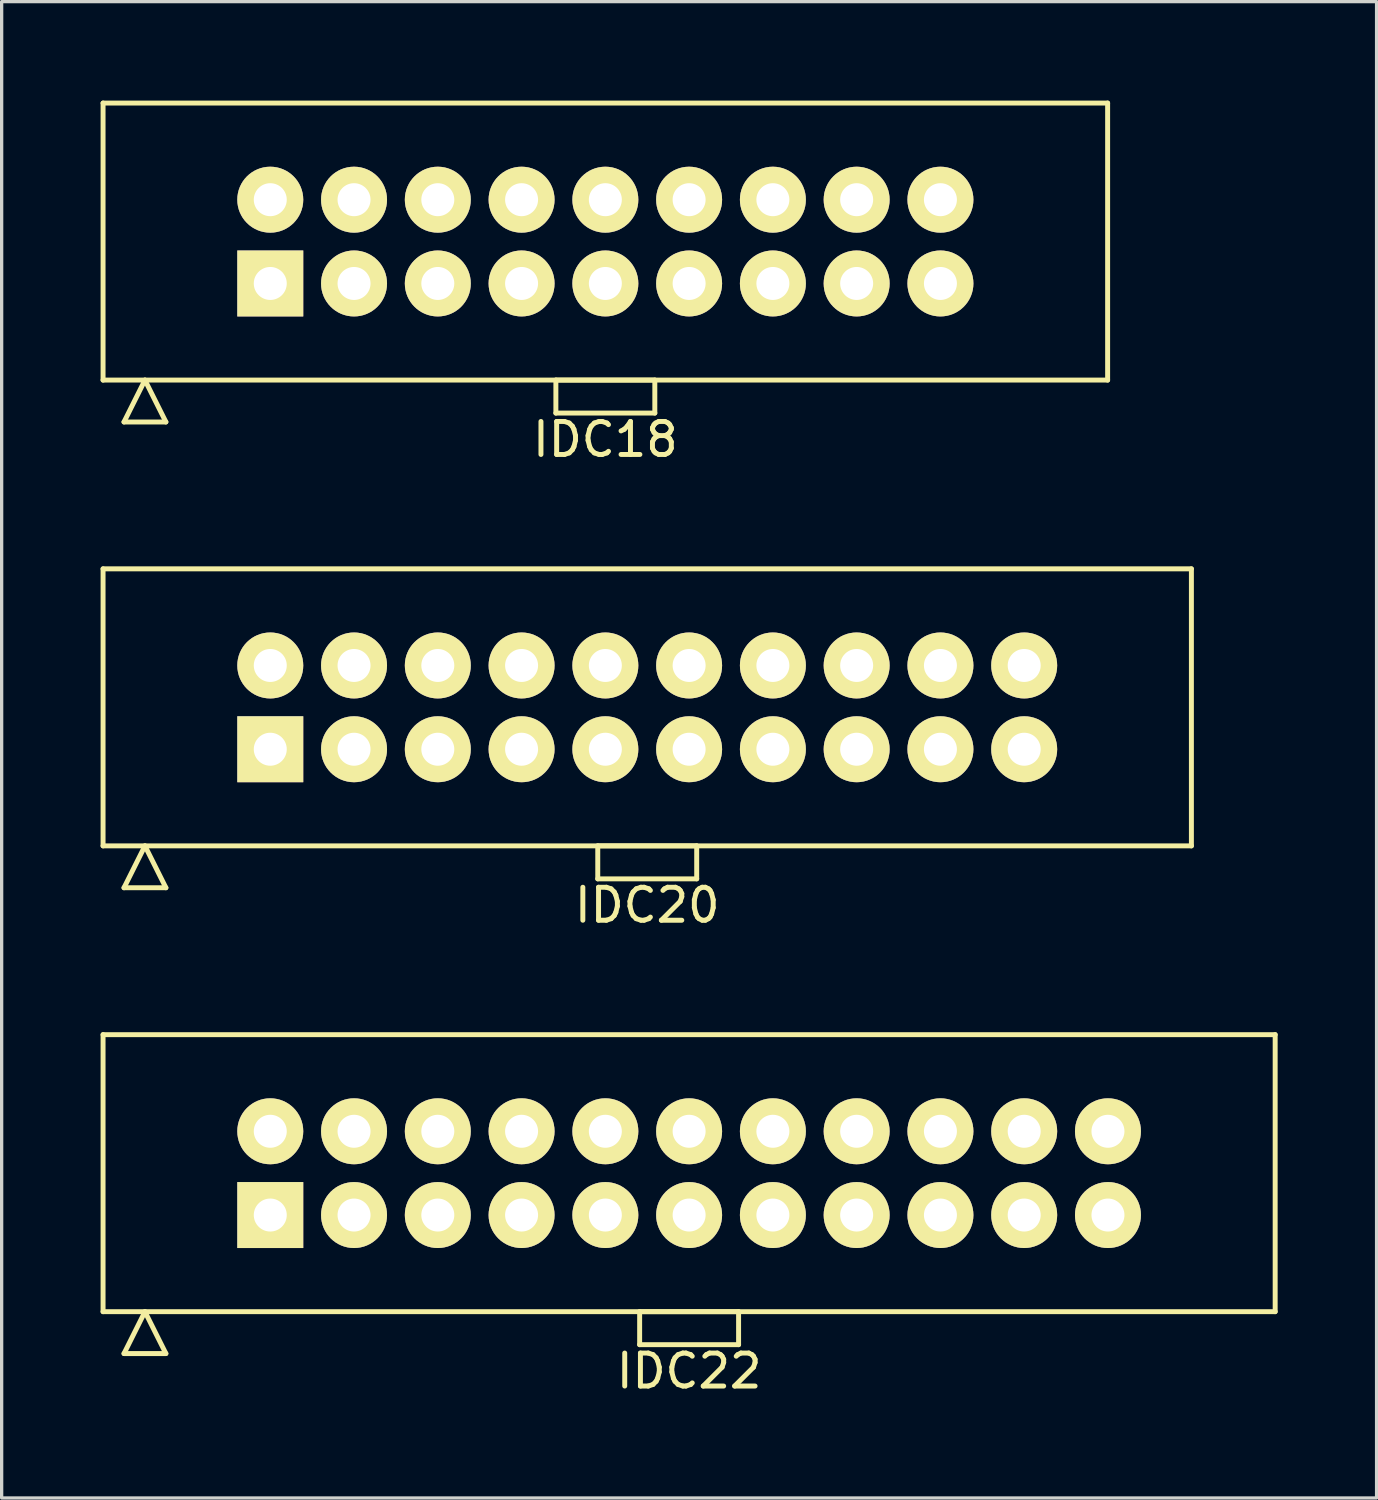
<source format=kicad_pcb>
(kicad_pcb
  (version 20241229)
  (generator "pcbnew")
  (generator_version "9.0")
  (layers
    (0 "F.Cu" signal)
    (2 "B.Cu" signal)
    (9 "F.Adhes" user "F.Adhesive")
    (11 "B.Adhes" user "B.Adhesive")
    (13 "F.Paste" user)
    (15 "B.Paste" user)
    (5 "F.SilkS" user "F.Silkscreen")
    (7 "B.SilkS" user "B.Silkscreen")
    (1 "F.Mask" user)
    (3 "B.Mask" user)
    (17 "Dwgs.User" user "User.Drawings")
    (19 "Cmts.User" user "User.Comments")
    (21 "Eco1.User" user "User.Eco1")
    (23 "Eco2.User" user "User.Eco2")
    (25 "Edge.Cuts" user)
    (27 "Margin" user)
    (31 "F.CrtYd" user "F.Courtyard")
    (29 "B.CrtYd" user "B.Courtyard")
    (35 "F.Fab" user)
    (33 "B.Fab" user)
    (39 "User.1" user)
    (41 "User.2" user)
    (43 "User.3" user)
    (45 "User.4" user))
  (footprint "IDC22"
    (layer "F.Cu")
    (at 17.845 32.522)
    (property "Reference" "IDC22" (at 0 6 0) (layer "F.SilkS") (effects (font (size 1 1) (thickness 0.15))))
    (attr through_hole)
    (fp_line (start -17.77 -4.2) (end -17.77 4.2) (stroke (width 0.15) (type solid)) (layer "F.SilkS"))
    (fp_line (start -17.77 4.2) (end 17.77 4.2) (stroke (width 0.15) (type solid)) (layer "F.SilkS"))
    (fp_line (start -17.135 5.47) (end -16.5 4.2) (stroke (width 0.15) (type solid)) (layer "F.SilkS"))
    (fp_line (start -17.135 5.47) (end -15.865 5.47) (stroke (width 0.15) (type solid)) (layer "F.SilkS"))
    (fp_line (start -15.865 5.47) (end -16.5 4.2) (stroke (width 0.15) (type solid)) (layer "F.SilkS"))
    (fp_line (start -1.5 4.2) (end -1.5 5.2) (stroke (width 0.15) (type solid)) (layer "F.SilkS"))
    (fp_line (start -1.5 5.2) (end 1.5 5.2) (stroke (width 0.15) (type solid)) (layer "F.SilkS"))
    (fp_line (start 1.5 4.2) (end -1.5 4.2) (stroke (width 0.15) (type solid)) (layer "F.SilkS"))
    (fp_line (start 1.5 5.2) (end 1.5 4.2) (stroke (width 0.15) (type solid)) (layer "F.SilkS"))
    (fp_line (start 17.77 -4.2) (end -17.77 -4.2) (stroke (width 0.15) (type solid)) (layer "F.SilkS"))
    (fp_line (start 17.77 4.2) (end 17.77 -4.2) (stroke (width 0.15) (type solid)) (layer "F.SilkS"))
    (pad "1" thru_hole rect (at -12.7 1.27) (size 2 2) (drill 1) (layers "*.Cu" "*.Mask" "F.SilkS"))
    (pad "2" thru_hole circle (at -12.7 -1.27) (size 2 2) (drill 1) (layers "*.Cu" "*.Mask" "F.SilkS"))
    (pad "3" thru_hole circle (at -10.16 1.27) (size 2 2) (drill 1) (layers "*.Cu" "*.Mask" "F.SilkS"))
    (pad "4" thru_hole circle (at -10.16 -1.27) (size 2 2) (drill 1) (layers "*.Cu" "*.Mask" "F.SilkS"))
    (pad "5" thru_hole circle (at -7.62 1.27) (size 2 2) (drill 1) (layers "*.Cu" "*.Mask" "F.SilkS"))
    (pad "6" thru_hole circle (at -7.62 -1.27) (size 2 2) (drill 1) (layers "*.Cu" "*.Mask" "F.SilkS"))
    (pad "7" thru_hole circle (at -5.08 1.27) (size 2 2) (drill 1) (layers "*.Cu" "*.Mask" "F.SilkS"))
    (pad "8" thru_hole circle (at -5.08 -1.27) (size 2 2) (drill 1) (layers "*.Cu" "*.Mask" "F.SilkS"))
    (pad "9" thru_hole circle (at -2.54 1.27) (size 2 2) (drill 1) (layers "*.Cu" "*.Mask" "F.SilkS"))
    (pad "10" thru_hole circle (at -2.54 -1.27) (size 2 2) (drill 1) (layers "*.Cu" "*.Mask" "F.SilkS"))
    (pad "11" thru_hole circle (at 0 1.27) (size 2 2) (drill 1) (layers "*.Cu" "*.Mask" "F.SilkS"))
    (pad "12" thru_hole circle (at 0 -1.27) (size 2 2) (drill 1) (layers "*.Cu" "*.Mask" "F.SilkS"))
    (pad "13" thru_hole circle (at 2.54 1.27) (size 2 2) (drill 1) (layers "*.Cu" "*.Mask" "F.SilkS"))
    (pad "14" thru_hole circle (at 2.54 -1.27) (size 2 2) (drill 1) (layers "*.Cu" "*.Mask" "F.SilkS"))
    (pad "15" thru_hole circle (at 5.08 1.27) (size 2 2) (drill 1) (layers "*.Cu" "*.Mask" "F.SilkS"))
    (pad "16" thru_hole circle (at 5.08 -1.27) (size 2 2) (drill 1) (layers "*.Cu" "*.Mask" "F.SilkS"))
    (pad "17" thru_hole circle (at 7.62 1.27) (size 2 2) (drill 1) (layers "*.Cu" "*.Mask" "F.SilkS"))
    (pad "18" thru_hole circle (at 7.62 -1.27) (size 2 2) (drill 1) (layers "*.Cu" "*.Mask" "F.SilkS"))
    (pad "19" thru_hole circle (at 10.16 1.27) (size 2 2) (drill 1) (layers "*.Cu" "*.Mask" "F.SilkS"))
    (pad "20" thru_hole circle (at 10.16 -1.27) (size 2 2) (drill 1) (layers "*.Cu" "*.Mask" "F.SilkS"))
    (pad "21" thru_hole circle (at 12.7 1.27) (size 2 2) (drill 1) (layers "*.Cu" "*.Mask" "F.SilkS"))
    (pad "22" thru_hole circle (at 12.7 -1.27) (size 2 2) (drill 1) (layers "*.Cu" "*.Mask" "F.SilkS")))
  (footprint "IDC20"
    (layer "F.Cu")
    (at 16.575 18.398)
    (property "Reference" "IDC20" (at 0 6 0) (layer "F.SilkS") (effects (font (size 1 1) (thickness 0.15))))
    (attr through_hole)
    (fp_line (start -16.5 -4.2) (end -16.5 4.2) (stroke (width 0.15) (type solid)) (layer "F.SilkS"))
    (fp_line (start -16.5 4.2) (end 16.5 4.2) (stroke (width 0.15) (type solid)) (layer "F.SilkS"))
    (fp_line (start -15.865 5.47) (end -15.23 4.2) (stroke (width 0.15) (type solid)) (layer "F.SilkS"))
    (fp_line (start -15.865 5.47) (end -14.595 5.47) (stroke (width 0.15) (type solid)) (layer "F.SilkS"))
    (fp_line (start -14.595 5.47) (end -15.23 4.2) (stroke (width 0.15) (type solid)) (layer "F.SilkS"))
    (fp_line (start -1.5 4.2) (end -1.5 5.2) (stroke (width 0.15) (type solid)) (layer "F.SilkS"))
    (fp_line (start -1.5 5.2) (end 1.5 5.2) (stroke (width 0.15) (type solid)) (layer "F.SilkS"))
    (fp_line (start 1.5 4.2) (end -1.5 4.2) (stroke (width 0.15) (type solid)) (layer "F.SilkS"))
    (fp_line (start 1.5 5.2) (end 1.5 4.2) (stroke (width 0.15) (type solid)) (layer "F.SilkS"))
    (fp_line (start 16.5 -4.2) (end -16.5 -4.2) (stroke (width 0.15) (type solid)) (layer "F.SilkS"))
    (fp_line (start 16.5 4.2) (end 16.5 -4.2) (stroke (width 0.15) (type solid)) (layer "F.SilkS"))
    (pad "1" thru_hole rect (at -11.43 1.27) (size 2 2) (drill 1) (layers "*.Cu" "*.Mask" "F.SilkS"))
    (pad "2" thru_hole circle (at -11.43 -1.27) (size 2 2) (drill 1) (layers "*.Cu" "*.Mask" "F.SilkS"))
    (pad "3" thru_hole circle (at -8.89 1.27) (size 2 2) (drill 1) (layers "*.Cu" "*.Mask" "F.SilkS"))
    (pad "4" thru_hole circle (at -8.89 -1.27) (size 2 2) (drill 1) (layers "*.Cu" "*.Mask" "F.SilkS"))
    (pad "5" thru_hole circle (at -6.35 1.27) (size 2 2) (drill 1) (layers "*.Cu" "*.Mask" "F.SilkS"))
    (pad "6" thru_hole circle (at -6.35 -1.27) (size 2 2) (drill 1) (layers "*.Cu" "*.Mask" "F.SilkS"))
    (pad "7" thru_hole circle (at -3.81 1.27) (size 2 2) (drill 1) (layers "*.Cu" "*.Mask" "F.SilkS"))
    (pad "8" thru_hole circle (at -3.81 -1.27) (size 2 2) (drill 1) (layers "*.Cu" "*.Mask" "F.SilkS"))
    (pad "9" thru_hole circle (at -1.27 1.27) (size 2 2) (drill 1) (layers "*.Cu" "*.Mask" "F.SilkS"))
    (pad "10" thru_hole circle (at -1.27 -1.27) (size 2 2) (drill 1) (layers "*.Cu" "*.Mask" "F.SilkS"))
    (pad "11" thru_hole circle (at 1.27 1.27) (size 2 2) (drill 1) (layers "*.Cu" "*.Mask" "F.SilkS"))
    (pad "12" thru_hole circle (at 1.27 -1.27) (size 2 2) (drill 1) (layers "*.Cu" "*.Mask" "F.SilkS"))
    (pad "13" thru_hole circle (at 3.81 1.27) (size 2 2) (drill 1) (layers "*.Cu" "*.Mask" "F.SilkS"))
    (pad "14" thru_hole circle (at 3.81 -1.27) (size 2 2) (drill 1) (layers "*.Cu" "*.Mask" "F.SilkS"))
    (pad "15" thru_hole circle (at 6.35 1.27) (size 2 2) (drill 1) (layers "*.Cu" "*.Mask" "F.SilkS"))
    (pad "16" thru_hole circle (at 6.35 -1.27) (size 2 2) (drill 1) (layers "*.Cu" "*.Mask" "F.SilkS"))
    (pad "17" thru_hole circle (at 8.89 1.27) (size 2 2) (drill 1) (layers "*.Cu" "*.Mask" "F.SilkS"))
    (pad "18" thru_hole circle (at 8.89 -1.27) (size 2 2) (drill 1) (layers "*.Cu" "*.Mask" "F.SilkS"))
    (pad "19" thru_hole circle (at 11.43 1.27) (size 2 2) (drill 1) (layers "*.Cu" "*.Mask" "F.SilkS"))
    (pad "20" thru_hole circle (at 11.43 -1.27) (size 2 2) (drill 1) (layers "*.Cu" "*.Mask" "F.SilkS")))
  (footprint "IDC18"
    (layer "F.Cu")
    (at 15.305 4.275)
    (property "Reference" "IDC18" (at 0 6 0) (layer "F.SilkS") (effects (font (size 1 1) (thickness 0.15))))
    (attr through_hole)
    (fp_line (start -15.23 -4.2) (end -15.23 4.2) (stroke (width 0.15) (type solid)) (layer "F.SilkS"))
    (fp_line (start -15.23 4.2) (end 15.23 4.2) (stroke (width 0.15) (type solid)) (layer "F.SilkS"))
    (fp_line (start -14.595 5.47) (end -13.96 4.2) (stroke (width 0.15) (type solid)) (layer "F.SilkS"))
    (fp_line (start -14.595 5.47) (end -13.325 5.47) (stroke (width 0.15) (type solid)) (layer "F.SilkS"))
    (fp_line (start -13.325 5.47) (end -13.96 4.2) (stroke (width 0.15) (type solid)) (layer "F.SilkS"))
    (fp_line (start -1.5 4.2) (end -1.5 5.2) (stroke (width 0.15) (type solid)) (layer "F.SilkS"))
    (fp_line (start -1.5 5.2) (end 1.5 5.2) (stroke (width 0.15) (type solid)) (layer "F.SilkS"))
    (fp_line (start 1.5 4.2) (end -1.5 4.2) (stroke (width 0.15) (type solid)) (layer "F.SilkS"))
    (fp_line (start 1.5 5.2) (end 1.5 4.2) (stroke (width 0.15) (type solid)) (layer "F.SilkS"))
    (fp_line (start 15.23 -4.2) (end -15.23 -4.2) (stroke (width 0.15) (type solid)) (layer "F.SilkS"))
    (fp_line (start 15.23 4.2) (end 15.23 -4.2) (stroke (width 0.15) (type solid)) (layer "F.SilkS"))
    (pad "1" thru_hole rect (at -10.16 1.27) (size 2 2) (drill 1) (layers "*.Cu" "*.Mask" "F.SilkS"))
    (pad "2" thru_hole circle (at -10.16 -1.27) (size 2 2) (drill 1) (layers "*.Cu" "*.Mask" "F.SilkS"))
    (pad "3" thru_hole circle (at -7.62 1.27) (size 2 2) (drill 1) (layers "*.Cu" "*.Mask" "F.SilkS"))
    (pad "4" thru_hole circle (at -7.62 -1.27) (size 2 2) (drill 1) (layers "*.Cu" "*.Mask" "F.SilkS"))
    (pad "5" thru_hole circle (at -5.08 1.27) (size 2 2) (drill 1) (layers "*.Cu" "*.Mask" "F.SilkS"))
    (pad "6" thru_hole circle (at -5.08 -1.27) (size 2 2) (drill 1) (layers "*.Cu" "*.Mask" "F.SilkS"))
    (pad "7" thru_hole circle (at -2.54 1.27) (size 2 2) (drill 1) (layers "*.Cu" "*.Mask" "F.SilkS"))
    (pad "8" thru_hole circle (at -2.54 -1.27) (size 2 2) (drill 1) (layers "*.Cu" "*.Mask" "F.SilkS"))
    (pad "9" thru_hole circle (at 0 1.27) (size 2 2) (drill 1) (layers "*.Cu" "*.Mask" "F.SilkS"))
    (pad "10" thru_hole circle (at 0 -1.27) (size 2 2) (drill 1) (layers "*.Cu" "*.Mask" "F.SilkS"))
    (pad "11" thru_hole circle (at 2.54 1.27) (size 2 2) (drill 1) (layers "*.Cu" "*.Mask" "F.SilkS"))
    (pad "12" thru_hole circle (at 2.54 -1.27) (size 2 2) (drill 1) (layers "*.Cu" "*.Mask" "F.SilkS"))
    (pad "13" thru_hole circle (at 5.08 1.27) (size 2 2) (drill 1) (layers "*.Cu" "*.Mask" "F.SilkS"))
    (pad "14" thru_hole circle (at 5.08 -1.27) (size 2 2) (drill 1) (layers "*.Cu" "*.Mask" "F.SilkS"))
    (pad "15" thru_hole circle (at 7.62 1.27) (size 2 2) (drill 1) (layers "*.Cu" "*.Mask" "F.SilkS"))
    (pad "16" thru_hole circle (at 7.62 -1.27) (size 2 2) (drill 1) (layers "*.Cu" "*.Mask" "F.SilkS"))
    (pad "17" thru_hole circle (at 10.16 1.27) (size 2 2) (drill 1) (layers "*.Cu" "*.Mask" "F.SilkS"))
    (pad "18" thru_hole circle (at 10.16 -1.27) (size 2 2) (drill 1) (layers "*.Cu" "*.Mask" "F.SilkS")))
  (gr_rect
    (start -3 -3)
    (end 38.69 42.37)
    (stroke (width 0.1) (type default))
    (fill no)
    (layer "Edge.Cuts")))
</source>
